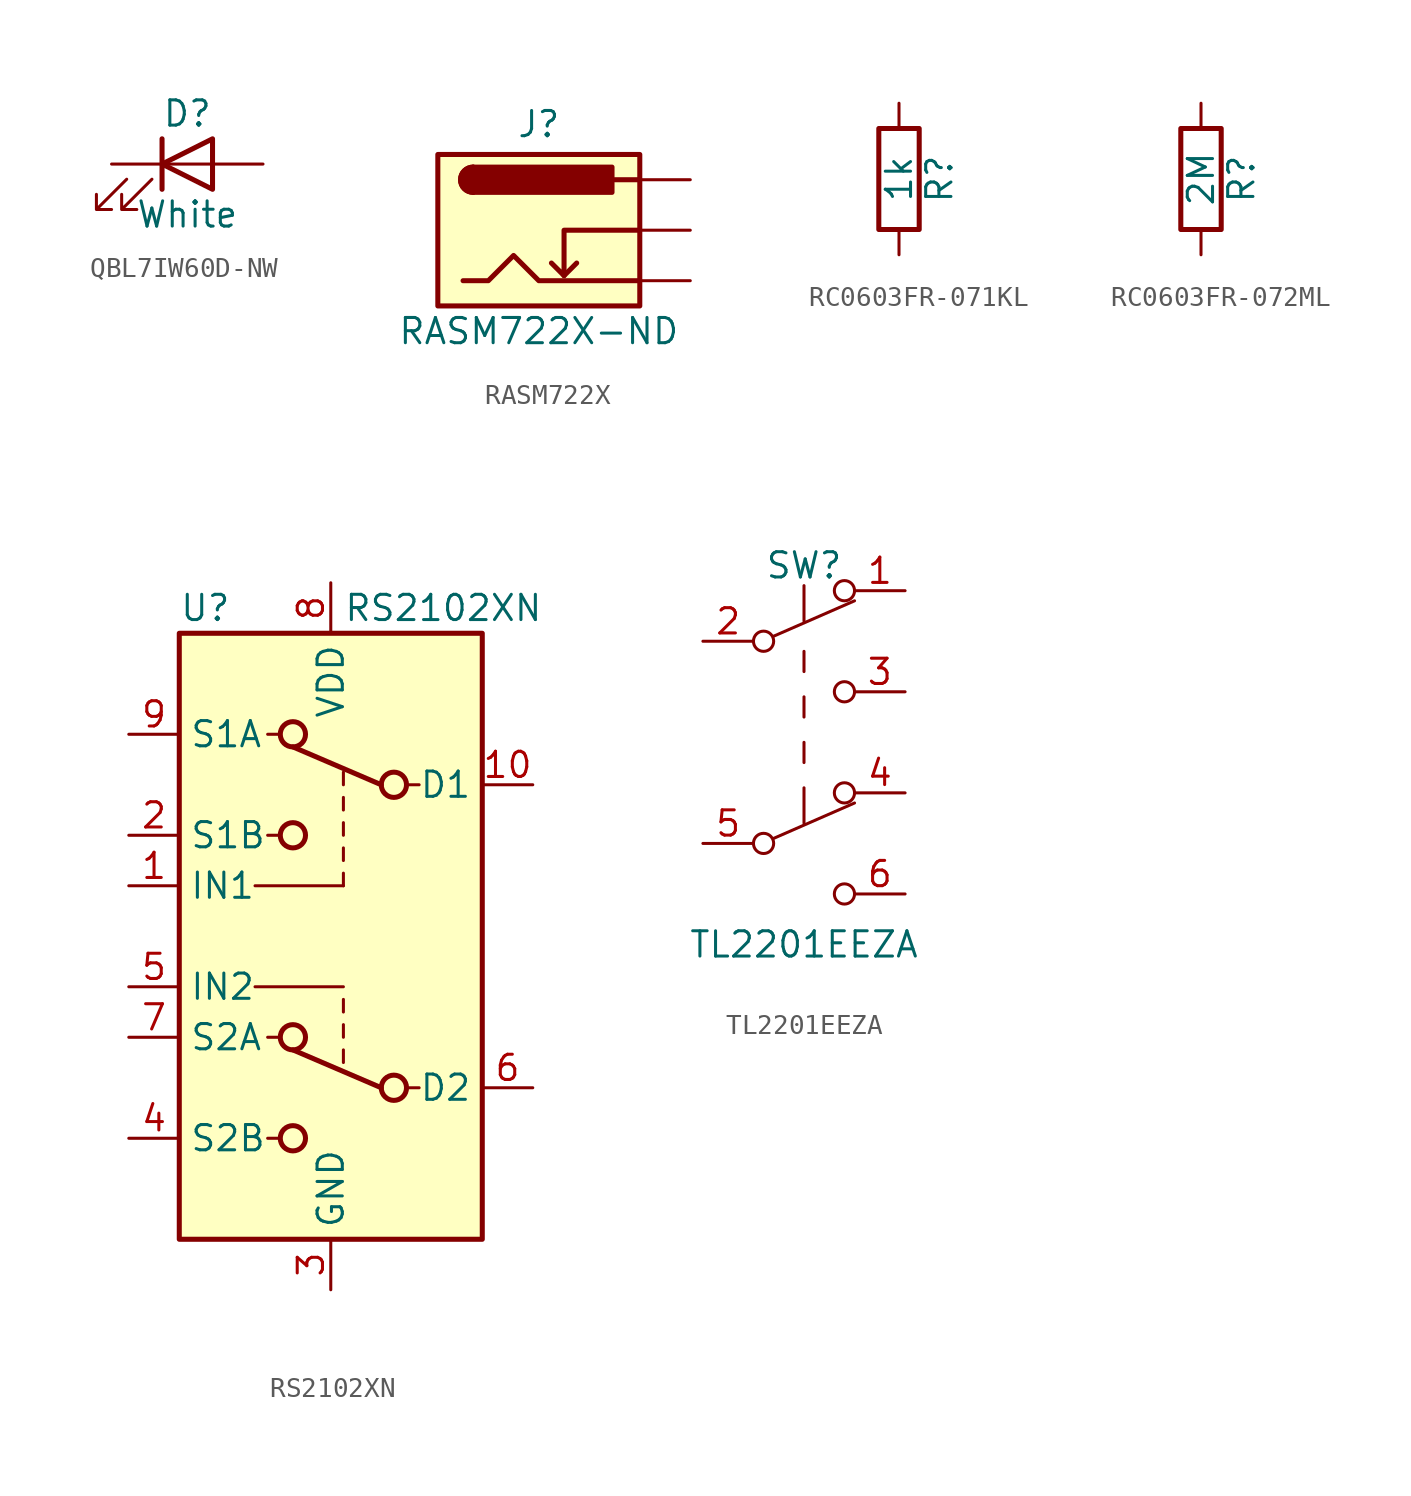
<source format=kicad_sym>
(kicad_symbol_lib
  (version 20220914)
  (generator kicad_symbol_editor)
  (symbol "QBL7IW60D-NW"
    (pin_numbers hide)
    (pin_names
      (offset 1.016) hide)
    (property "Reference" "D"
      (at 0 2.54 0)
      (effects (font (size 1.27 1.27))))
    (property "Value" "White"
      (at 0 -2.54 0)
      (effects (font (size 1.27 1.27))))
    (symbol "QBL7IW60D-NW_0_1"
      (polyline (pts (xy -1.27 -1.27) (xy -1.27 1.27)) (stroke (width 0.254) (type default)) (fill (type none)))
      (polyline (pts (xy -1.27 0) (xy 1.27 0)) (stroke (width 0) (type default)) (fill (type none)))
      (polyline (pts (xy 1.27 -1.27) (xy 1.27 1.27) (xy -1.27 0) (xy 1.27 -1.27)) (stroke (width 0.254) (type default)) (fill (type none)))
      (polyline (pts (xy -3.048 -0.762) (xy -4.572 -2.286) (xy -3.81 -2.286) (xy -4.572 -2.286) (xy -4.572 -1.524)) (stroke (width 0) (type default)) (fill (type none)))
      (polyline (pts (xy -1.778 -0.762) (xy -3.302 -2.286) (xy -2.54 -2.286) (xy -3.302 -2.286) (xy -3.302 -1.524)) (stroke (width 0) (type default)) (fill (type none))))
    (symbol "QBL7IW60D-NW_1_1"
      (pin passive line (at -3.81 0 0) (length 2.54) (name "K" (effects (font (size 1.27 1.27)))) (number "1" (effects (font (size 1.27 1.27)))))
      (pin passive line (at 3.81 0 180) (length 2.54) (name "A" (effects (font (size 1.27 1.27)))) (number "2" (effects (font (size 1.27 1.27)))))))
  (symbol "RASM722X"
    (pin_numbers hide)
    (pin_names hide)
    (property "Reference" "J"
      (at 0 5.334 0)
      (effects (font (size 1.27 1.27))))
    (property "Value" "RASM722X-ND"
      (at 0 -5.08 0)
      (effects (font (size 1.27 1.27))))
    (symbol "RASM722X_0_1"
      (rectangle (start -5.08 3.81) (end 5.08 -3.81) (stroke (width 0.254) (type default)) (fill (type background)))
      (arc (start -3.302 3.175) (mid -3.9343 2.54) (end -3.302 1.905) (stroke (width 0.254) (type default)) (fill (type none)))
      (arc (start -3.302 3.175) (mid -3.9343 2.54) (end -3.302 1.905) (stroke (width 0.254) (type default)) (fill (type outline)))
      (polyline (pts (xy 1.27 -2.286) (xy 1.905 -1.651)) (stroke (width 0.254) (type default)) (fill (type none)))
      (polyline (pts (xy 5.08 2.54) (xy 3.81 2.54)) (stroke (width 0.254) (type default)) (fill (type none)))
      (polyline (pts (xy 5.08 0) (xy 1.27 0) (xy 1.27 -2.286) (xy 0.635 -1.651)) (stroke (width 0.254) (type default)) (fill (type none)))
      (polyline (pts (xy -3.81 -2.54) (xy -2.54 -2.54) (xy -1.27 -1.27) (xy 0 -2.54) (xy 2.54 -2.54) (xy 5.08 -2.54)) (stroke (width 0.254) (type default)) (fill (type none)))
      (rectangle (start 3.683 3.175) (end -3.302 1.905) (stroke (width 0.254) (type default)) (fill (type outline))))
    (symbol "RASM722X_1_1"
      (pin passive line (at 7.62 0 180) (length 2.54) (name "SHUNT" (effects (font (size 1.27 1.27)))) (number "SHUNT" (effects (font (size 1.27 1.27)))))
      (pin passive line (at 7.62 -2.54 180) (length 2.54) (name "SLEEVE" (effects (font (size 1.27 1.27)))) (number "SLEEVE" (effects (font (size 1.27 1.27)))))
      (pin passive line (at 7.62 2.54 180) (length 2.54) (name "TIP" (effects (font (size 1.27 1.27)))) (number "TIP" (effects (font (size 1.27 1.27)))))))
  (symbol "RC0603FR-071KL"
    (pin_numbers hide)
    (pin_names
      (offset 0))
    (property "Reference" "R"
      (at 2.032 0 90)
      (effects (font (size 1.27 1.27))))
    (property "Value" "1k"
      (at 0 0 90)
      (effects (font (size 1.27 1.27))))
    (symbol "RC0603FR-071KL_0_1"
      (rectangle (start -1.016 -2.54) (end 1.016 2.54) (stroke (width 0.254) (type default)) (fill (type none))))
    (symbol "RC0603FR-071KL_1_1"
      (pin passive line (at 0 3.81 270) (length 1.27) (name "~" (effects (font (size 1.27 1.27)))) (number "1" (effects (font (size 1.27 1.27)))))
      (pin passive line (at 0 -3.81 90) (length 1.27) (name "~" (effects (font (size 1.27 1.27)))) (number "2" (effects (font (size 1.27 1.27)))))))
  (symbol "RC0603FR-072ML"
    (pin_numbers hide)
    (pin_names
      (offset 0))
    (property "Reference" "R"
      (at 2.032 0 90)
      (effects (font (size 1.27 1.27))))
    (property "Value" "2M"
      (at 0 0 90)
      (effects (font (size 1.27 1.27))))
    (symbol "RC0603FR-072ML_0_1"
      (rectangle (start -1.016 -2.54) (end 1.016 2.54) (stroke (width 0.254) (type default)) (fill (type none))))
    (symbol "RC0603FR-072ML_1_1"
      (pin passive line (at 0 3.81 270) (length 1.27) (name "~" (effects (font (size 1.27 1.27)))) (number "1" (effects (font (size 1.27 1.27)))))
      (pin passive line (at 0 -3.81 90) (length 1.27) (name "~" (effects (font (size 1.27 1.27)))) (number "2" (effects (font (size 1.27 1.27)))))))
  (symbol "RS2102XN"
    (property "Reference" "U"
      (at -7.62 16.51 0)
      (effects (font (size 1.27 1.27)) (justify left)))
    (property "Value" "RS2102XN"
      (at 0.635 16.51 0)
      (effects (font (size 1.27 1.27)) (justify left)))
    (symbol "RS2102XN_0_1"
      (rectangle (start -7.62 15.24) (end 7.62 -15.24) (stroke (width 0.254) (type default)) (fill (type background)))
      (circle (center -1.905 -10.16) (radius 0.635) (stroke (width 0.254) (type default)) (fill (type none)))
      (circle (center -1.905 -5.08) (radius 0.635) (stroke (width 0.254) (type default)) (fill (type none)))
      (circle (center -1.905 5.08) (radius 0.635) (stroke (width 0.254) (type default)) (fill (type none)))
      (circle (center -1.905 10.16) (radius 0.635) (stroke (width 0.254) (type default)) (fill (type none)))
      (polyline (pts (xy -3.81 -2.54) (xy 0.635 -2.54)) (stroke (width 0) (type default)) (fill (type none)))
      (polyline (pts (xy -3.81 2.54) (xy 0.635 2.54)) (stroke (width 0) (type default)) (fill (type none)))
      (polyline (pts (xy -3.175 -10.16) (xy -2.54 -10.16)) (stroke (width 0) (type default)) (fill (type none)))
      (polyline (pts (xy -3.175 -5.08) (xy -2.54 -5.08)) (stroke (width 0) (type default)) (fill (type none)))
      (polyline (pts (xy -3.175 5.08) (xy -2.54 5.08)) (stroke (width 0) (type default)) (fill (type none)))
      (polyline (pts (xy -3.175 10.16) (xy -2.54 10.16)) (stroke (width 0) (type default)) (fill (type none)))
      (polyline (pts (xy -1.905 9.525) (xy 2.54 7.62)) (stroke (width 0.254) (type default)) (fill (type none)))
      (polyline (pts (xy 0.635 -5.715) (xy 0.635 -6.35)) (stroke (width 0) (type default)) (fill (type none)))
      (polyline (pts (xy 0.635 -4.445) (xy 0.635 -5.08)) (stroke (width 0) (type default)) (fill (type none)))
      (polyline (pts (xy 0.635 -3.175) (xy 0.635 -3.81)) (stroke (width 0) (type default)) (fill (type none)))
      (polyline (pts (xy 0.635 3.175) (xy 0.635 2.54)) (stroke (width 0) (type default)) (fill (type none)))
      (polyline (pts (xy 0.635 4.445) (xy 0.635 3.81)) (stroke (width 0) (type default)) (fill (type none)))
      (polyline (pts (xy 0.635 5.715) (xy 0.635 5.08)) (stroke (width 0) (type default)) (fill (type none)))
      (polyline (pts (xy 0.635 6.985) (xy 0.635 6.35)) (stroke (width 0) (type default)) (fill (type none)))
      (polyline (pts (xy 0.635 8.255) (xy 0.635 7.62)) (stroke (width 0) (type default)) (fill (type none)))
      (polyline (pts (xy 2.54 -7.62) (xy -1.905 -5.715)) (stroke (width 0.254) (type default)) (fill (type none)))
      (polyline (pts (xy 4.445 -7.62) (xy 3.81 -7.62)) (stroke (width 0) (type default)) (fill (type none)))
      (polyline (pts (xy 4.445 7.62) (xy 3.81 7.62)) (stroke (width 0) (type default)) (fill (type none)))
      (circle (center 3.175 -7.62) (radius 0.635) (stroke (width 0.254) (type default)) (fill (type none)))
      (circle (center 3.175 7.62) (radius 0.635) (stroke (width 0.254) (type default)) (fill (type none))))
    (symbol "RS2102XN_1_1"
      (pin input line (at -10.16 2.54 0) (length 2.54) (name "IN1" (effects (font (size 1.27 1.27)))) (number "1" (effects (font (size 1.27 1.27)))))
      (pin bidirectional line (at 10.16 7.62 180) (length 2.54) (name "D1" (effects (font (size 1.27 1.27)))) (number "10" (effects (font (size 1.27 1.27)))))
      (pin bidirectional line (at -10.16 5.08 0) (length 2.54) (name "S1B" (effects (font (size 1.27 1.27)))) (number "2" (effects (font (size 1.27 1.27)))))
      (pin power_in line (at 0 -17.78 90) (length 2.54) (name "GND" (effects (font (size 1.27 1.27)))) (number "3" (effects (font (size 1.27 1.27)))))
      (pin bidirectional line (at -10.16 -10.16 0) (length 2.54) (name "S2B" (effects (font (size 1.27 1.27)))) (number "4" (effects (font (size 1.27 1.27)))))
      (pin input line (at -10.16 -2.54 0) (length 2.54) (name "IN2" (effects (font (size 1.27 1.27)))) (number "5" (effects (font (size 1.27 1.27)))))
      (pin bidirectional line (at 10.16 -7.62 180) (length 2.54) (name "D2" (effects (font (size 1.27 1.27)))) (number "6" (effects (font (size 1.27 1.27)))))
      (pin bidirectional line (at -10.16 -5.08 0) (length 2.54) (name "S2A" (effects (font (size 1.27 1.27)))) (number "7" (effects (font (size 1.27 1.27)))))
      (pin power_in line (at 0 17.78 270) (length 2.54) (name "VDD" (effects (font (size 1.27 1.27)))) (number "8" (effects (font (size 1.27 1.27)))))
      (pin bidirectional line (at -10.16 10.16 0) (length 2.54) (name "S1A" (effects (font (size 1.27 1.27)))) (number "9" (effects (font (size 1.27 1.27)))))))
  (symbol "TL2201EEZA"
    (pin_names
      (offset 0) hide)
    (property "Reference" "SW"
      (at 0 8.89 0)
      (effects (font (size 1.27 1.27))))
    (property "Value" "TL2201EEZA"
      (at 0 -10.16 0)
      (effects (font (size 1.27 1.27))))
    (symbol "TL2201EEZA_0_0"
      (circle (center -2.032 -5.08) (radius 0.508) (stroke (width 0) (type default)) (fill (type none)))
      (circle (center -2.032 5.08) (radius 0.508) (stroke (width 0) (type default)) (fill (type none)))
      (circle (center 2.032 -7.62) (radius 0.508) (stroke (width 0) (type default)) (fill (type none)))
      (circle (center 2.032 2.54) (radius 0.508) (stroke (width 0) (type default)) (fill (type none))))
    (symbol "TL2201EEZA_0_1"
      (polyline (pts (xy -1.524 -4.826) (xy 2.54 -3.048)) (stroke (width 0) (type default)) (fill (type none)))
      (polyline (pts (xy -1.524 5.334) (xy 2.54 7.112)) (stroke (width 0) (type default)) (fill (type none)))
      (polyline (pts (xy 0 -2.286) (xy 0 -4.064)) (stroke (width 0) (type default)) (fill (type none)))
      (polyline (pts (xy 0 -1.016) (xy 0 0)) (stroke (width 0) (type default)) (fill (type none)))
      (polyline (pts (xy 0 1.27) (xy 0 2.286)) (stroke (width 0) (type default)) (fill (type none)))
      (polyline (pts (xy 0 3.556) (xy 0 4.572)) (stroke (width 0) (type default)) (fill (type none)))
      (polyline (pts (xy 0 7.874) (xy 0 6.096)) (stroke (width 0) (type default)) (fill (type none)))
      (circle (center 2.032 -2.54) (radius 0.508) (stroke (width 0) (type default)) (fill (type none)))
      (circle (center 2.032 7.62) (radius 0.508) (stroke (width 0) (type default)) (fill (type none))))
    (symbol "TL2201EEZA_1_1"
      (pin passive line (at 5.08 7.62 180) (length 2.54) (name "A" (effects (font (size 1.27 1.27)))) (number "1" (effects (font (size 1.27 1.27)))))
      (pin passive line (at -5.08 5.08 0) (length 2.54) (name "B" (effects (font (size 1.27 1.27)))) (number "2" (effects (font (size 1.27 1.27)))))
      (pin passive line (at 5.08 2.54 180) (length 2.54) (name "C" (effects (font (size 1.27 1.27)))) (number "3" (effects (font (size 1.27 1.27)))))
      (pin passive line (at 5.08 -2.54 180) (length 2.54) (name "A" (effects (font (size 1.27 1.27)))) (number "4" (effects (font (size 1.27 1.27)))))
      (pin passive line (at -5.08 -5.08 0) (length 2.54) (name "B" (effects (font (size 1.27 1.27)))) (number "5" (effects (font (size 1.27 1.27)))))
      (pin passive line (at 5.08 -7.62 180) (length 2.54) (name "C" (effects (font (size 1.27 1.27)))) (number "6" (effects (font (size 1.27 1.27))))))))
</source>
